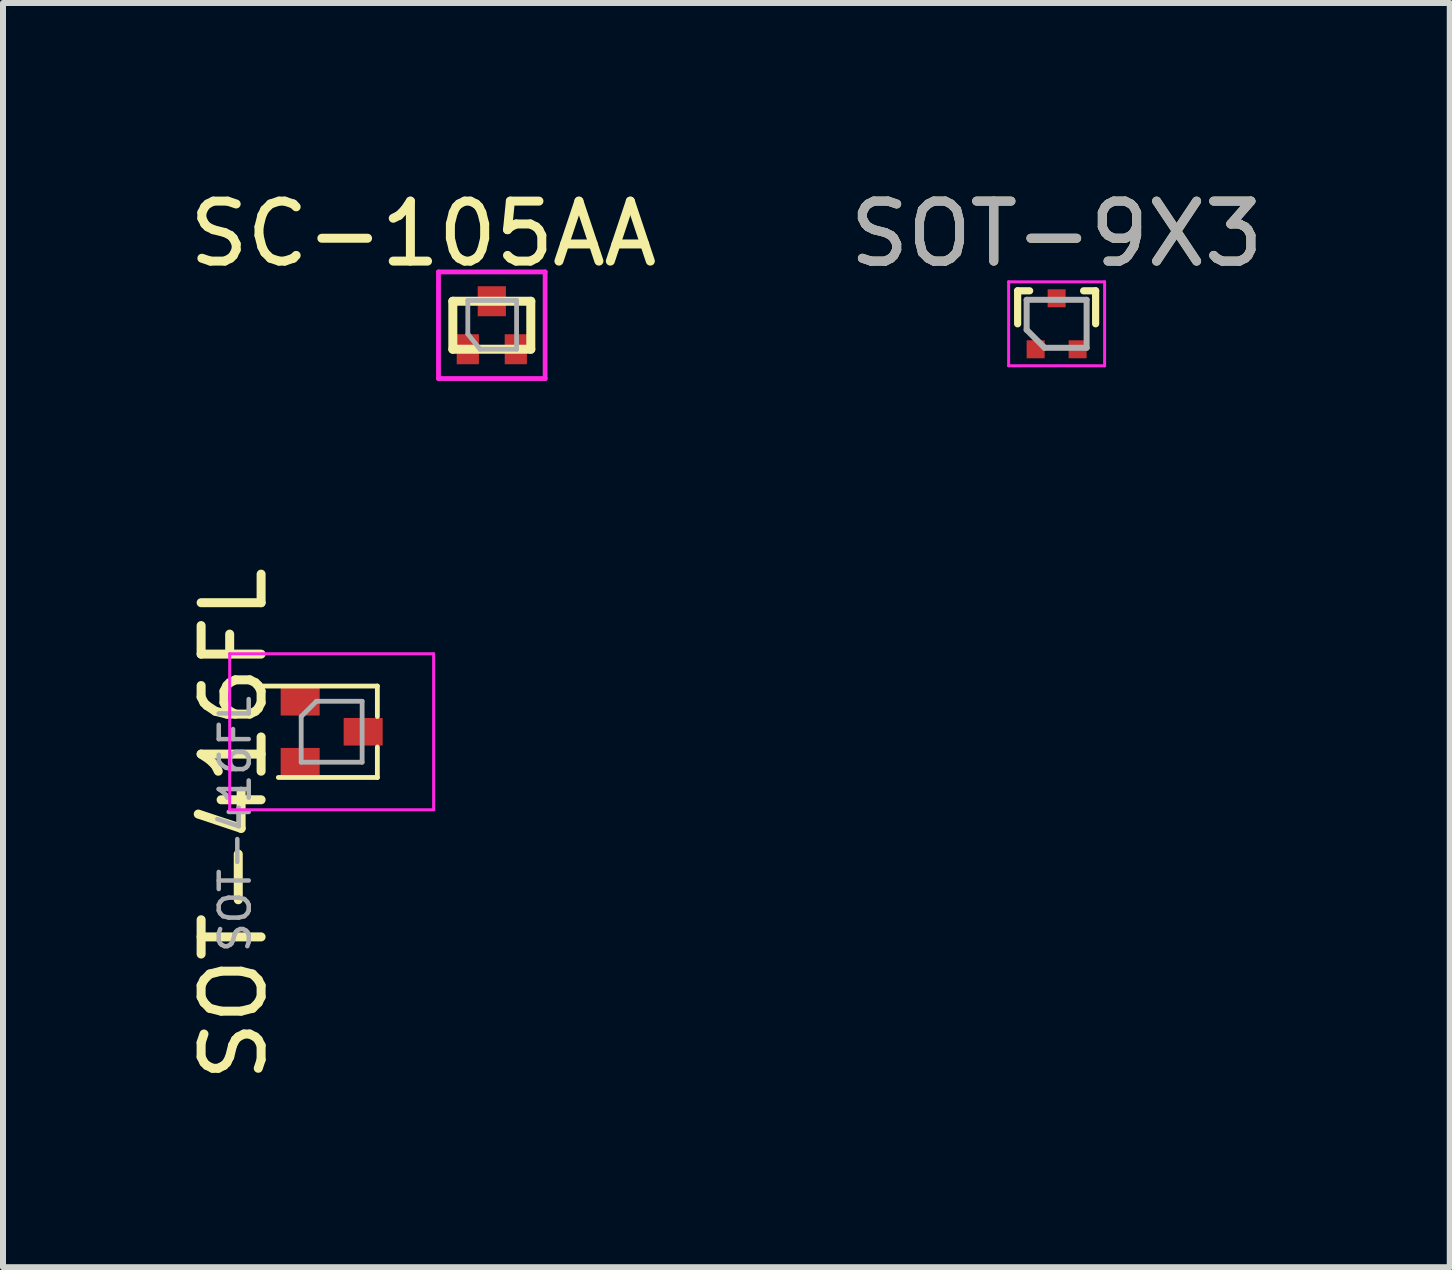
<source format=kicad_pcb>
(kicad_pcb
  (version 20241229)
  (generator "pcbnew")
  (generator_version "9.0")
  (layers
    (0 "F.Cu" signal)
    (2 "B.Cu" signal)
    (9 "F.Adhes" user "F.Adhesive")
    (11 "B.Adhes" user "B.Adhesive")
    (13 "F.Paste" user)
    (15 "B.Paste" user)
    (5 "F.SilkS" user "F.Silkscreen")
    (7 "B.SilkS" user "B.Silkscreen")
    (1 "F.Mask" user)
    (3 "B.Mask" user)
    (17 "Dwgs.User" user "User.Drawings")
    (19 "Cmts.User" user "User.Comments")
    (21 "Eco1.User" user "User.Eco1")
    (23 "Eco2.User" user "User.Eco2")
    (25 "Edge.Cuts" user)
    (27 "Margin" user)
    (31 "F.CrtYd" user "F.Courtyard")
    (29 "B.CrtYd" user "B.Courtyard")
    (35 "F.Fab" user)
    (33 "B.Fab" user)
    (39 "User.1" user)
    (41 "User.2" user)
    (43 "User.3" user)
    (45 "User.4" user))
  (footprint "SOT-9X3"
    (layer "F.Cu")
    (at 14.565 2.348)
    (property "Reference" "SOT-9X3" (at 0 -1.5 0) (layer "F.SilkS") (effects (font (size 1 1) (thickness 0.15))))
    (attr smd)
    (fp_line (start -0.65 -0.55) (end -0.45 -0.55) (stroke (width 0.12) (type solid)) (layer "F.SilkS"))
    (fp_line (start -0.65 0) (end -0.65 -0.55) (stroke (width 0.12) (type solid)) (layer "F.SilkS"))
    (fp_line (start 0.65 -0.55) (end 0.45 -0.55) (stroke (width 0.12) (type solid)) (layer "F.SilkS"))
    (fp_line (start 0.65 0) (end 0.65 -0.55) (stroke (width 0.12) (type solid)) (layer "F.SilkS"))
    (fp_line (start -0.8 -0.7) (end 0.8 -0.7) (stroke (width 0.05) (type solid)) (layer "F.CrtYd"))
    (fp_line (start -0.8 0.7) (end -0.8 -0.7) (stroke (width 0.05) (type solid)) (layer "F.CrtYd"))
    (fp_line (start 0.8 -0.7) (end 0.8 0.7) (stroke (width 0.05) (type solid)) (layer "F.CrtYd"))
    (fp_line (start 0.8 0.7) (end -0.8 0.7) (stroke (width 0.05) (type solid)) (layer "F.CrtYd"))
    (fp_line (start -0.5 -0.4) (end 0.5 -0.4) (stroke (width 0.1) (type solid)) (layer "F.Fab"))
    (fp_line (start -0.5 0.1) (end -0.5 -0.4) (stroke (width 0.1) (type solid)) (layer "F.Fab"))
    (fp_line (start -0.5 0.1) (end -0.2 0.4) (stroke (width 0.1) (type solid)) (layer "F.Fab"))
    (fp_line (start 0.5 -0.4) (end 0.5 0.4) (stroke (width 0.1) (type solid)) (layer "F.Fab"))
    (fp_line (start 0.5 0.4) (end -0.2 0.4) (stroke (width 0.1) (type solid)) (layer "F.Fab"))
    (fp_text user "${REFERENCE}" (at 0 -1.5 0) (layer "F.Fab") (effects (font (size 1 1) (thickness 0.15))))
    (pad "1" smd rect (at -0.35 0.425) (size 0.3 0.3) (layers "F.Cu" "F.Mask" "F.Paste"))
    (pad "2" smd rect (at 0.35 0.425) (size 0.3 0.3) (layers "F.Cu" "F.Mask" "F.Paste"))
    (pad "3" smd rect (at 0 -0.425) (size 0.3 0.3) (layers "F.Cu" "F.Mask" "F.Paste")))
  (footprint "SC-105AA"
    (layer "F.Cu")
    (at 5.149 2.372)
    (property "Reference" "SC-105AA" (at -1.143 -1.524 0) (layer "F.SilkS") (effects (font (size 1 1) (thickness 0.15))))
    (attr through_hole)
    (fp_line (start -0.65 -0.4) (end -0.65 0.4) (stroke (width 0.15) (type solid)) (layer "F.SilkS"))
    (fp_line (start -0.65 -0.4) (end 0.65 -0.4) (stroke (width 0.15) (type solid)) (layer "F.SilkS"))
    (fp_line (start -0.65 0.4) (end 0.65 0.4) (stroke (width 0.15) (type solid)) (layer "F.SilkS"))
    (fp_line (start 0.65 -0.4) (end 0.65 0.4) (stroke (width 0.15) (type solid)) (layer "F.SilkS"))
    (fp_line (start -0.889 -0.889) (end 0.889 -0.889) (stroke (width 0.08) (type solid)) (layer "F.CrtYd"))
    (fp_line (start -0.889 0.889) (end -0.889 -0.889) (stroke (width 0.08) (type solid)) (layer "F.CrtYd"))
    (fp_line (start 0.889 -0.889) (end 0.889 0.889) (stroke (width 0.08) (type solid)) (layer "F.CrtYd"))
    (fp_line (start 0.889 0.889) (end -0.889 0.889) (stroke (width 0.08) (type solid)) (layer "F.CrtYd"))
    (fp_line (start -0.4 -0.413) (end -0.4 0.146) (stroke (width 0.08) (type solid)) (layer "F.Fab"))
    (fp_line (start -0.4 0.146) (end -0.197 0.4) (stroke (width 0.08) (type solid)) (layer "F.Fab"))
    (fp_line (start -0.197 0.4) (end 0.413 0.4) (stroke (width 0.08) (type solid)) (layer "F.Fab"))
    (fp_line (start 0.413 -0.413) (end -0.4 -0.413) (stroke (width 0.08) (type solid)) (layer "F.Fab"))
    (fp_line (start 0.413 0.4) (end 0.413 -0.413) (stroke (width 0.08) (type solid)) (layer "F.Fab"))
    (pad "1" smd rect (at -0.4 0.4) (size 0.37 0.5) (layers "F.Cu" "F.Mask" "F.Paste"))
    (pad "2" smd rect (at 0.4 0.4) (size 0.37 0.5) (layers "F.Cu" "F.Mask" "F.Paste"))
    (pad "3" smd rect (at 0 -0.4) (size 0.47 0.5) (layers "F.Cu" "F.Mask" "F.Paste")))
  (footprint "SOT-416FL"
    (layer "F.Cu")
    (at 2.479 9.149)
    (property "Reference" "SOT-416FL" (at -1.631 1.539 90) (layer "F.SilkS") (effects (font (size 1 1) (thickness 0.15))))
    (attr smd)
    (fp_line (start -0.889 0.762) (end 0.762 0.762) (stroke (width 0.08) (type solid)) (layer "F.SilkS"))
    (fp_line (start 0.762 -0.762) (end -1.27 -0.762) (stroke (width 0.08) (type solid)) (layer "F.SilkS"))
    (fp_line (start 0.762 -0.254) (end 0.762 -0.762) (stroke (width 0.08) (type solid)) (layer "F.SilkS"))
    (fp_line (start 0.762 0.762) (end 0.762 0.254) (stroke (width 0.08) (type solid)) (layer "F.SilkS"))
    (fp_line (start -1.7 -1.3) (end 1.7 -1.3) (stroke (width 0.05) (type solid)) (layer "F.CrtYd"))
    (fp_line (start -1.7 1.3) (end -1.7 -1.3) (stroke (width 0.05) (type solid)) (layer "F.CrtYd"))
    (fp_line (start 1.7 -1.3) (end 1.7 1.3) (stroke (width 0.05) (type solid)) (layer "F.CrtYd"))
    (fp_line (start 1.7 1.3) (end -1.7 1.3) (stroke (width 0.05) (type solid)) (layer "F.CrtYd"))
    (fp_line (start -0.508 -0.254) (end -0.254 -0.508) (stroke (width 0.08) (type solid)) (layer "F.Fab"))
    (fp_line (start -0.508 0.508) (end -0.508 -0.254) (stroke (width 0.08) (type solid)) (layer "F.Fab"))
    (fp_line (start -0.254 -0.508) (end 0.508 -0.508) (stroke (width 0.08) (type solid)) (layer "F.Fab"))
    (fp_line (start 0.508 -0.508) (end 0.508 0.508) (stroke (width 0.08) (type solid)) (layer "F.Fab"))
    (fp_line (start 0.508 0.508) (end -0.508 0.508) (stroke (width 0.08) (type solid)) (layer "F.Fab"))
    (fp_text user "${REFERENCE}" (at -1.61 1.539 90) (layer "F.Fab") (effects (font (size 0.5 0.5) (thickness 0.075))))
    (pad "1" smd rect (at -0.525 -0.5 270) (size 0.46 0.65) (layers "F.Cu" "F.Mask" "F.Paste"))
    (pad "2" smd rect (at -0.525 0.5 270) (size 0.46 0.65) (layers "F.Cu" "F.Mask" "F.Paste"))
    (pad "3" smd rect (at 0.525 0 270) (size 0.46 0.65) (layers "F.Cu" "F.Mask" "F.Paste")))
  (gr_rect
    (start -3 -3)
    (end 21.119 18.075)
    (stroke (width 0.1) (type default))
    (fill no)
    (layer "Edge.Cuts")))
</source>
